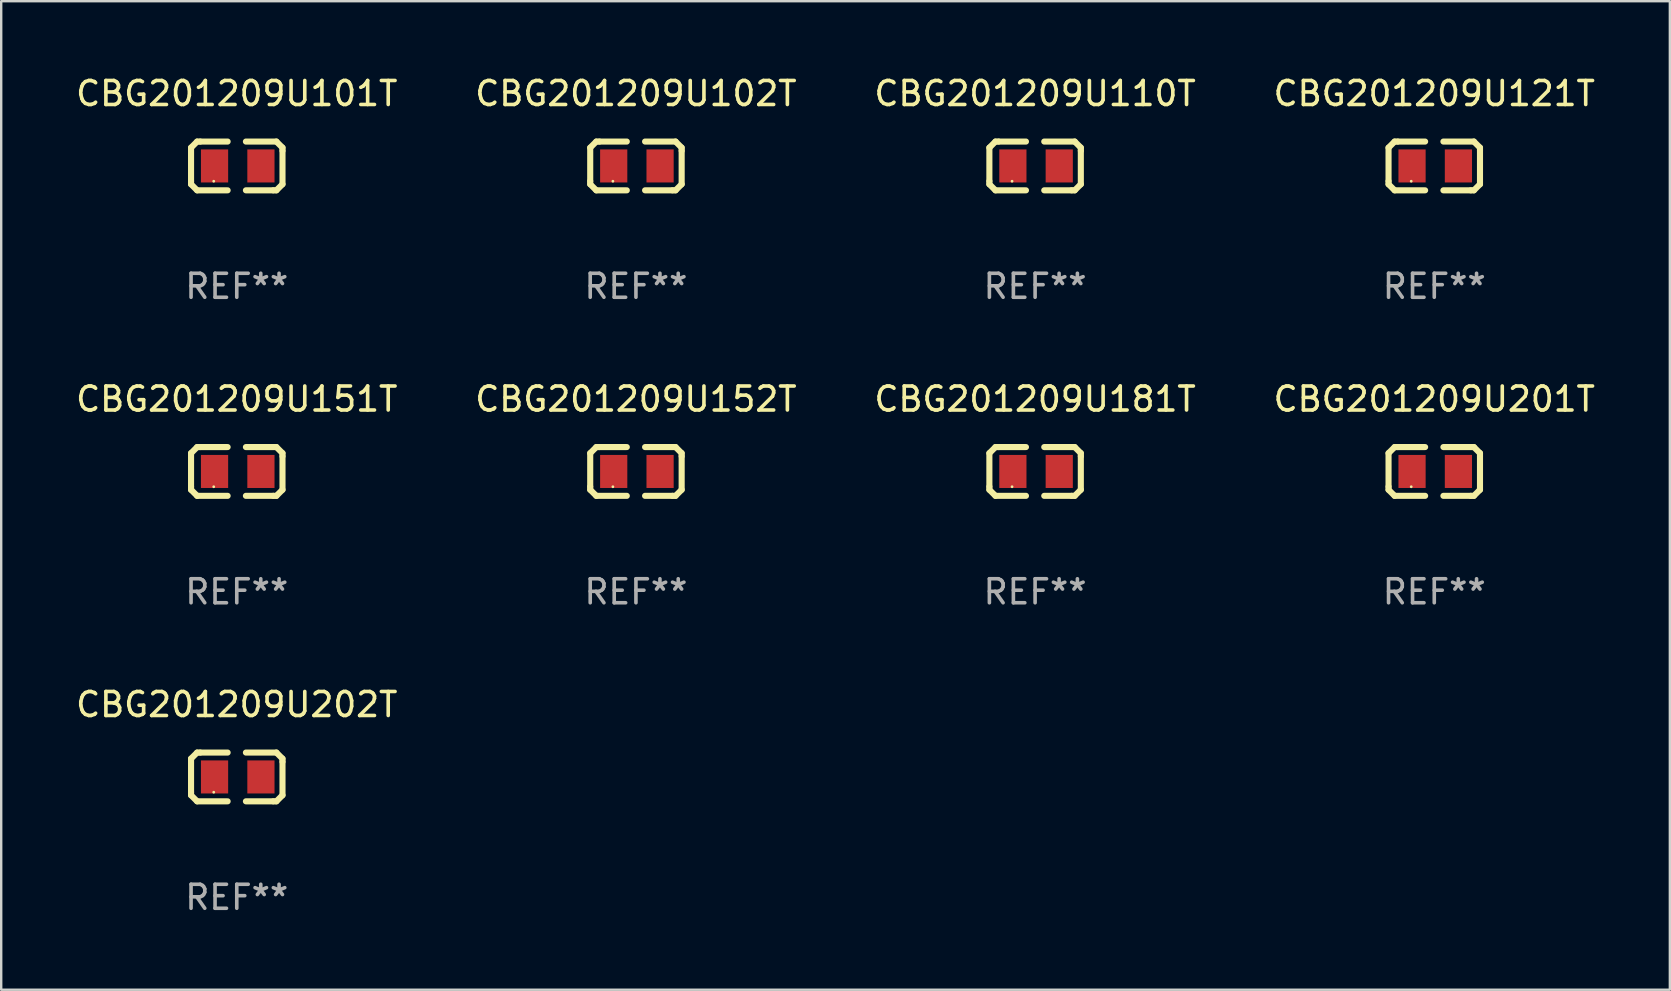
<source format=kicad_pcb>
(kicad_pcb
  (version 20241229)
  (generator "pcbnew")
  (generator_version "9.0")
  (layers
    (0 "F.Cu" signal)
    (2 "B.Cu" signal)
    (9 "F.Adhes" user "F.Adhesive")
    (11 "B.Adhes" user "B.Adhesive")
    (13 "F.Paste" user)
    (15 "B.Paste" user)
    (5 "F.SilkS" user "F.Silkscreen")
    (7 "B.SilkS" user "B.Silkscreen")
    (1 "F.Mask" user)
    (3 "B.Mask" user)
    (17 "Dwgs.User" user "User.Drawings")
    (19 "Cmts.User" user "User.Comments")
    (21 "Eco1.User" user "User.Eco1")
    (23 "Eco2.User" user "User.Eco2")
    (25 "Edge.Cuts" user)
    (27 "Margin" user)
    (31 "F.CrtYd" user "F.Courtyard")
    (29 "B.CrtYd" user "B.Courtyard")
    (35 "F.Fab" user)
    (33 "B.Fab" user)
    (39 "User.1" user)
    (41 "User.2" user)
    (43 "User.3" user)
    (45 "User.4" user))
  (footprint "CBG201209U121T"
    (layer "F.Cu")
    (at 56.708 3.864)
    (property "Reference" "CBG201209U121T" (at 0 -3.016 0) (layer "F.SilkS") (effects (font (size 1 1) (thickness 0.15))))
    (attr through_hole)
    (fp_line (start -1.905 -0.762) (end -1.905 0.635) (stroke (width 0.254) (type solid)) (layer "F.SilkS"))
    (fp_line (start -1.905 0.635) (end -1.905 0.762) (stroke (width 0.254) (type solid)) (layer "F.SilkS"))
    (fp_line (start -1.905 0.762) (end -1.651 1.016) (stroke (width 0.254) (type solid)) (layer "F.SilkS"))
    (fp_line (start -1.651 -1.016) (end -1.905 -0.762) (stroke (width 0.254) (type solid)) (layer "F.SilkS"))
    (fp_line (start -1.651 1.016) (end -0.381 1.016) (stroke (width 0.254) (type solid)) (layer "F.SilkS"))
    (fp_line (start -1.524 -1.016) (end -1.651 -1.016) (stroke (width 0.254) (type solid)) (layer "F.SilkS"))
    (fp_line (start -0.381 -1.016) (end -1.524 -1.016) (stroke (width 0.254) (type solid)) (layer "F.SilkS"))
    (fp_line (start 0.381 1.016) (end 1.524 1.016) (stroke (width 0.254) (type solid)) (layer "F.SilkS"))
    (fp_line (start 1.524 1.016) (end 1.651 1.016) (stroke (width 0.254) (type solid)) (layer "F.SilkS"))
    (fp_line (start 1.651 -1.016) (end 0.381 -1.016) (stroke (width 0.254) (type solid)) (layer "F.SilkS"))
    (fp_line (start 1.651 1.016) (end 1.905 0.762) (stroke (width 0.254) (type solid)) (layer "F.SilkS"))
    (fp_line (start 1.905 -0.762) (end 1.651 -1.016) (stroke (width 0.254) (type solid)) (layer "F.SilkS"))
    (fp_line (start 1.905 -0.635) (end 1.905 -0.762) (stroke (width 0.254) (type solid)) (layer "F.SilkS"))
    (fp_line (start 1.905 0.762) (end 1.905 -0.635) (stroke (width 0.254) (type solid)) (layer "F.SilkS"))
    (fp_circle (center -0.96 0.637) (end -0.93 0.637) (stroke (width 0.06) (type solid)) (fill no) (layer "F.SilkS"))
    (fp_text user "REF**" (at 0 5.016 0) (layer "F.Fab") (effects (font (size 1 1) (thickness 0.15))))
    (pad "1" smd rect (at -0.926 -0.000051) (size 1.133 1.377) (layers "F.Cu" "F.Mask" "F.Paste"))
    (pad "2" smd rect (at 1.006 -0.000051) (size 1.133 1.377) (layers "F.Cu" "F.Mask" "F.Paste")))
  (footprint "CBG201209U181T"
    (layer "F.Cu")
    (at 40.077 16.593)
    (property "Reference" "CBG201209U181T" (at 0 -3.016 0) (layer "F.SilkS") (effects (font (size 1 1) (thickness 0.15))))
    (attr through_hole)
    (fp_line (start -1.905 -0.762) (end -1.905 0.635) (stroke (width 0.254) (type solid)) (layer "F.SilkS"))
    (fp_line (start -1.905 0.635) (end -1.905 0.762) (stroke (width 0.254) (type solid)) (layer "F.SilkS"))
    (fp_line (start -1.905 0.762) (end -1.651 1.016) (stroke (width 0.254) (type solid)) (layer "F.SilkS"))
    (fp_line (start -1.651 -1.016) (end -1.905 -0.762) (stroke (width 0.254) (type solid)) (layer "F.SilkS"))
    (fp_line (start -1.651 1.016) (end -0.381 1.016) (stroke (width 0.254) (type solid)) (layer "F.SilkS"))
    (fp_line (start -1.524 -1.016) (end -1.651 -1.016) (stroke (width 0.254) (type solid)) (layer "F.SilkS"))
    (fp_line (start -0.381 -1.016) (end -1.524 -1.016) (stroke (width 0.254) (type solid)) (layer "F.SilkS"))
    (fp_line (start 0.381 1.016) (end 1.524 1.016) (stroke (width 0.254) (type solid)) (layer "F.SilkS"))
    (fp_line (start 1.524 1.016) (end 1.651 1.016) (stroke (width 0.254) (type solid)) (layer "F.SilkS"))
    (fp_line (start 1.651 -1.016) (end 0.381 -1.016) (stroke (width 0.254) (type solid)) (layer "F.SilkS"))
    (fp_line (start 1.651 1.016) (end 1.905 0.762) (stroke (width 0.254) (type solid)) (layer "F.SilkS"))
    (fp_line (start 1.905 -0.762) (end 1.651 -1.016) (stroke (width 0.254) (type solid)) (layer "F.SilkS"))
    (fp_line (start 1.905 -0.635) (end 1.905 -0.762) (stroke (width 0.254) (type solid)) (layer "F.SilkS"))
    (fp_line (start 1.905 0.762) (end 1.905 -0.635) (stroke (width 0.254) (type solid)) (layer "F.SilkS"))
    (fp_circle (center -0.96 0.637) (end -0.93 0.637) (stroke (width 0.06) (type solid)) (fill no) (layer "F.SilkS"))
    (fp_text user "REF**" (at 0 5.016 0) (layer "F.Fab") (effects (font (size 1 1) (thickness 0.15))))
    (pad "1" smd rect (at -0.926 -0.000051) (size 1.133 1.377) (layers "F.Cu" "F.Mask" "F.Paste"))
    (pad "2" smd rect (at 1.006 -0.000051) (size 1.133 1.377) (layers "F.Cu" "F.Mask" "F.Paste")))
  (footprint "CBG201209U110T"
    (layer "F.Cu")
    (at 40.077 3.864)
    (property "Reference" "CBG201209U110T" (at 0 -3.016 0) (layer "F.SilkS") (effects (font (size 1 1) (thickness 0.15))))
    (attr through_hole)
    (fp_line (start -1.905 -0.762) (end -1.905 0.635) (stroke (width 0.254) (type solid)) (layer "F.SilkS"))
    (fp_line (start -1.905 0.635) (end -1.905 0.762) (stroke (width 0.254) (type solid)) (layer "F.SilkS"))
    (fp_line (start -1.905 0.762) (end -1.651 1.016) (stroke (width 0.254) (type solid)) (layer "F.SilkS"))
    (fp_line (start -1.651 -1.016) (end -1.905 -0.762) (stroke (width 0.254) (type solid)) (layer "F.SilkS"))
    (fp_line (start -1.651 1.016) (end -0.381 1.016) (stroke (width 0.254) (type solid)) (layer "F.SilkS"))
    (fp_line (start -1.524 -1.016) (end -1.651 -1.016) (stroke (width 0.254) (type solid)) (layer "F.SilkS"))
    (fp_line (start -0.381 -1.016) (end -1.524 -1.016) (stroke (width 0.254) (type solid)) (layer "F.SilkS"))
    (fp_line (start 0.381 1.016) (end 1.524 1.016) (stroke (width 0.254) (type solid)) (layer "F.SilkS"))
    (fp_line (start 1.524 1.016) (end 1.651 1.016) (stroke (width 0.254) (type solid)) (layer "F.SilkS"))
    (fp_line (start 1.651 -1.016) (end 0.381 -1.016) (stroke (width 0.254) (type solid)) (layer "F.SilkS"))
    (fp_line (start 1.651 1.016) (end 1.905 0.762) (stroke (width 0.254) (type solid)) (layer "F.SilkS"))
    (fp_line (start 1.905 -0.762) (end 1.651 -1.016) (stroke (width 0.254) (type solid)) (layer "F.SilkS"))
    (fp_line (start 1.905 -0.635) (end 1.905 -0.762) (stroke (width 0.254) (type solid)) (layer "F.SilkS"))
    (fp_line (start 1.905 0.762) (end 1.905 -0.635) (stroke (width 0.254) (type solid)) (layer "F.SilkS"))
    (fp_circle (center -0.96 0.637) (end -0.93 0.637) (stroke (width 0.06) (type solid)) (fill no) (layer "F.SilkS"))
    (fp_text user "REF**" (at 0 5.016 0) (layer "F.Fab") (effects (font (size 1 1) (thickness 0.15))))
    (pad "1" smd rect (at -0.926 -0.000051) (size 1.133 1.377) (layers "F.Cu" "F.Mask" "F.Paste"))
    (pad "2" smd rect (at 1.006 -0.000051) (size 1.133 1.377) (layers "F.Cu" "F.Mask" "F.Paste")))
  (footprint "CBG201209U151T"
    (layer "F.Cu")
    (at 6.815 16.593)
    (property "Reference" "CBG201209U151T" (at 0 -3.016 0) (layer "F.SilkS") (effects (font (size 1 1) (thickness 0.15))))
    (attr through_hole)
    (fp_line (start -1.905 -0.762) (end -1.905 0.635) (stroke (width 0.254) (type solid)) (layer "F.SilkS"))
    (fp_line (start -1.905 0.635) (end -1.905 0.762) (stroke (width 0.254) (type solid)) (layer "F.SilkS"))
    (fp_line (start -1.905 0.762) (end -1.651 1.016) (stroke (width 0.254) (type solid)) (layer "F.SilkS"))
    (fp_line (start -1.651 -1.016) (end -1.905 -0.762) (stroke (width 0.254) (type solid)) (layer "F.SilkS"))
    (fp_line (start -1.651 1.016) (end -0.381 1.016) (stroke (width 0.254) (type solid)) (layer "F.SilkS"))
    (fp_line (start -1.524 -1.016) (end -1.651 -1.016) (stroke (width 0.254) (type solid)) (layer "F.SilkS"))
    (fp_line (start -0.381 -1.016) (end -1.524 -1.016) (stroke (width 0.254) (type solid)) (layer "F.SilkS"))
    (fp_line (start 0.381 1.016) (end 1.524 1.016) (stroke (width 0.254) (type solid)) (layer "F.SilkS"))
    (fp_line (start 1.524 1.016) (end 1.651 1.016) (stroke (width 0.254) (type solid)) (layer "F.SilkS"))
    (fp_line (start 1.651 -1.016) (end 0.381 -1.016) (stroke (width 0.254) (type solid)) (layer "F.SilkS"))
    (fp_line (start 1.651 1.016) (end 1.905 0.762) (stroke (width 0.254) (type solid)) (layer "F.SilkS"))
    (fp_line (start 1.905 -0.762) (end 1.651 -1.016) (stroke (width 0.254) (type solid)) (layer "F.SilkS"))
    (fp_line (start 1.905 -0.635) (end 1.905 -0.762) (stroke (width 0.254) (type solid)) (layer "F.SilkS"))
    (fp_line (start 1.905 0.762) (end 1.905 -0.635) (stroke (width 0.254) (type solid)) (layer "F.SilkS"))
    (fp_circle (center -0.96 0.637) (end -0.93 0.637) (stroke (width 0.06) (type solid)) (fill no) (layer "F.SilkS"))
    (fp_text user "REF**" (at 0 5.016 0) (layer "F.Fab") (effects (font (size 1 1) (thickness 0.15))))
    (pad "1" smd rect (at -0.926 -0.000051) (size 1.133 1.377) (layers "F.Cu" "F.Mask" "F.Paste"))
    (pad "2" smd rect (at 1.006 -0.000051) (size 1.133 1.377) (layers "F.Cu" "F.Mask" "F.Paste")))
  (footprint "CBG201209U152T"
    (layer "F.Cu")
    (at 23.446 16.593)
    (property "Reference" "CBG201209U152T" (at 0 -3.016 0) (layer "F.SilkS") (effects (font (size 1 1) (thickness 0.15))))
    (attr through_hole)
    (fp_line (start -1.905 -0.762) (end -1.905 0.635) (stroke (width 0.254) (type solid)) (layer "F.SilkS"))
    (fp_line (start -1.905 0.635) (end -1.905 0.762) (stroke (width 0.254) (type solid)) (layer "F.SilkS"))
    (fp_line (start -1.905 0.762) (end -1.651 1.016) (stroke (width 0.254) (type solid)) (layer "F.SilkS"))
    (fp_line (start -1.651 -1.016) (end -1.905 -0.762) (stroke (width 0.254) (type solid)) (layer "F.SilkS"))
    (fp_line (start -1.651 1.016) (end -0.381 1.016) (stroke (width 0.254) (type solid)) (layer "F.SilkS"))
    (fp_line (start -1.524 -1.016) (end -1.651 -1.016) (stroke (width 0.254) (type solid)) (layer "F.SilkS"))
    (fp_line (start -0.381 -1.016) (end -1.524 -1.016) (stroke (width 0.254) (type solid)) (layer "F.SilkS"))
    (fp_line (start 0.381 1.016) (end 1.524 1.016) (stroke (width 0.254) (type solid)) (layer "F.SilkS"))
    (fp_line (start 1.524 1.016) (end 1.651 1.016) (stroke (width 0.254) (type solid)) (layer "F.SilkS"))
    (fp_line (start 1.651 -1.016) (end 0.381 -1.016) (stroke (width 0.254) (type solid)) (layer "F.SilkS"))
    (fp_line (start 1.651 1.016) (end 1.905 0.762) (stroke (width 0.254) (type solid)) (layer "F.SilkS"))
    (fp_line (start 1.905 -0.762) (end 1.651 -1.016) (stroke (width 0.254) (type solid)) (layer "F.SilkS"))
    (fp_line (start 1.905 -0.635) (end 1.905 -0.762) (stroke (width 0.254) (type solid)) (layer "F.SilkS"))
    (fp_line (start 1.905 0.762) (end 1.905 -0.635) (stroke (width 0.254) (type solid)) (layer "F.SilkS"))
    (fp_circle (center -0.96 0.637) (end -0.93 0.637) (stroke (width 0.06) (type solid)) (fill no) (layer "F.SilkS"))
    (fp_text user "REF**" (at 0 5.016 0) (layer "F.Fab") (effects (font (size 1 1) (thickness 0.15))))
    (pad "1" smd rect (at -0.926 -0.000051) (size 1.133 1.377) (layers "F.Cu" "F.Mask" "F.Paste"))
    (pad "2" smd rect (at 1.006 -0.000051) (size 1.133 1.377) (layers "F.Cu" "F.Mask" "F.Paste")))
  (footprint "CBG201209U201T"
    (layer "F.Cu")
    (at 56.708 16.593)
    (property "Reference" "CBG201209U201T" (at 0 -3.016 0) (layer "F.SilkS") (effects (font (size 1 1) (thickness 0.15))))
    (attr through_hole)
    (fp_line (start -1.905 -0.762) (end -1.905 0.635) (stroke (width 0.254) (type solid)) (layer "F.SilkS"))
    (fp_line (start -1.905 0.635) (end -1.905 0.762) (stroke (width 0.254) (type solid)) (layer "F.SilkS"))
    (fp_line (start -1.905 0.762) (end -1.651 1.016) (stroke (width 0.254) (type solid)) (layer "F.SilkS"))
    (fp_line (start -1.651 -1.016) (end -1.905 -0.762) (stroke (width 0.254) (type solid)) (layer "F.SilkS"))
    (fp_line (start -1.651 1.016) (end -0.381 1.016) (stroke (width 0.254) (type solid)) (layer "F.SilkS"))
    (fp_line (start -1.524 -1.016) (end -1.651 -1.016) (stroke (width 0.254) (type solid)) (layer "F.SilkS"))
    (fp_line (start -0.381 -1.016) (end -1.524 -1.016) (stroke (width 0.254) (type solid)) (layer "F.SilkS"))
    (fp_line (start 0.381 1.016) (end 1.524 1.016) (stroke (width 0.254) (type solid)) (layer "F.SilkS"))
    (fp_line (start 1.524 1.016) (end 1.651 1.016) (stroke (width 0.254) (type solid)) (layer "F.SilkS"))
    (fp_line (start 1.651 -1.016) (end 0.381 -1.016) (stroke (width 0.254) (type solid)) (layer "F.SilkS"))
    (fp_line (start 1.651 1.016) (end 1.905 0.762) (stroke (width 0.254) (type solid)) (layer "F.SilkS"))
    (fp_line (start 1.905 -0.762) (end 1.651 -1.016) (stroke (width 0.254) (type solid)) (layer "F.SilkS"))
    (fp_line (start 1.905 -0.635) (end 1.905 -0.762) (stroke (width 0.254) (type solid)) (layer "F.SilkS"))
    (fp_line (start 1.905 0.762) (end 1.905 -0.635) (stroke (width 0.254) (type solid)) (layer "F.SilkS"))
    (fp_circle (center -0.96 0.637) (end -0.93 0.637) (stroke (width 0.06) (type solid)) (fill no) (layer "F.SilkS"))
    (fp_text user "REF**" (at 0 5.016 0) (layer "F.Fab") (effects (font (size 1 1) (thickness 0.15))))
    (pad "1" smd rect (at -0.926 -0.000051) (size 1.133 1.377) (layers "F.Cu" "F.Mask" "F.Paste"))
    (pad "2" smd rect (at 1.006 -0.000051) (size 1.133 1.377) (layers "F.Cu" "F.Mask" "F.Paste")))
  (footprint "CBG201209U202T"
    (layer "F.Cu")
    (at 6.815 29.321)
    (property "Reference" "CBG201209U202T" (at 0 -3.016 0) (layer "F.SilkS") (effects (font (size 1 1) (thickness 0.15))))
    (attr through_hole)
    (fp_line (start -1.905 -0.762) (end -1.905 0.635) (stroke (width 0.254) (type solid)) (layer "F.SilkS"))
    (fp_line (start -1.905 0.635) (end -1.905 0.762) (stroke (width 0.254) (type solid)) (layer "F.SilkS"))
    (fp_line (start -1.905 0.762) (end -1.651 1.016) (stroke (width 0.254) (type solid)) (layer "F.SilkS"))
    (fp_line (start -1.651 -1.016) (end -1.905 -0.762) (stroke (width 0.254) (type solid)) (layer "F.SilkS"))
    (fp_line (start -1.651 1.016) (end -0.381 1.016) (stroke (width 0.254) (type solid)) (layer "F.SilkS"))
    (fp_line (start -1.524 -1.016) (end -1.651 -1.016) (stroke (width 0.254) (type solid)) (layer "F.SilkS"))
    (fp_line (start -0.381 -1.016) (end -1.524 -1.016) (stroke (width 0.254) (type solid)) (layer "F.SilkS"))
    (fp_line (start 0.381 1.016) (end 1.524 1.016) (stroke (width 0.254) (type solid)) (layer "F.SilkS"))
    (fp_line (start 1.524 1.016) (end 1.651 1.016) (stroke (width 0.254) (type solid)) (layer "F.SilkS"))
    (fp_line (start 1.651 -1.016) (end 0.381 -1.016) (stroke (width 0.254) (type solid)) (layer "F.SilkS"))
    (fp_line (start 1.651 1.016) (end 1.905 0.762) (stroke (width 0.254) (type solid)) (layer "F.SilkS"))
    (fp_line (start 1.905 -0.762) (end 1.651 -1.016) (stroke (width 0.254) (type solid)) (layer "F.SilkS"))
    (fp_line (start 1.905 -0.635) (end 1.905 -0.762) (stroke (width 0.254) (type solid)) (layer "F.SilkS"))
    (fp_line (start 1.905 0.762) (end 1.905 -0.635) (stroke (width 0.254) (type solid)) (layer "F.SilkS"))
    (fp_circle (center -0.96 0.637) (end -0.93 0.637) (stroke (width 0.06) (type solid)) (fill no) (layer "F.SilkS"))
    (fp_text user "REF**" (at 0 5.016 0) (layer "F.Fab") (effects (font (size 1 1) (thickness 0.15))))
    (pad "1" smd rect (at -0.926 -0.000051) (size 1.133 1.377) (layers "F.Cu" "F.Mask" "F.Paste"))
    (pad "2" smd rect (at 1.006 -0.000051) (size 1.133 1.377) (layers "F.Cu" "F.Mask" "F.Paste")))
  (footprint "CBG201209U102T"
    (layer "F.Cu")
    (at 23.446 3.864)
    (property "Reference" "CBG201209U102T" (at 0 -3.016 0) (layer "F.SilkS") (effects (font (size 1 1) (thickness 0.15))))
    (attr through_hole)
    (fp_line (start -1.905 -0.762) (end -1.905 0.635) (stroke (width 0.254) (type solid)) (layer "F.SilkS"))
    (fp_line (start -1.905 0.635) (end -1.905 0.762) (stroke (width 0.254) (type solid)) (layer "F.SilkS"))
    (fp_line (start -1.905 0.762) (end -1.651 1.016) (stroke (width 0.254) (type solid)) (layer "F.SilkS"))
    (fp_line (start -1.651 -1.016) (end -1.905 -0.762) (stroke (width 0.254) (type solid)) (layer "F.SilkS"))
    (fp_line (start -1.651 1.016) (end -0.381 1.016) (stroke (width 0.254) (type solid)) (layer "F.SilkS"))
    (fp_line (start -1.524 -1.016) (end -1.651 -1.016) (stroke (width 0.254) (type solid)) (layer "F.SilkS"))
    (fp_line (start -0.381 -1.016) (end -1.524 -1.016) (stroke (width 0.254) (type solid)) (layer "F.SilkS"))
    (fp_line (start 0.381 1.016) (end 1.524 1.016) (stroke (width 0.254) (type solid)) (layer "F.SilkS"))
    (fp_line (start 1.524 1.016) (end 1.651 1.016) (stroke (width 0.254) (type solid)) (layer "F.SilkS"))
    (fp_line (start 1.651 -1.016) (end 0.381 -1.016) (stroke (width 0.254) (type solid)) (layer "F.SilkS"))
    (fp_line (start 1.651 1.016) (end 1.905 0.762) (stroke (width 0.254) (type solid)) (layer "F.SilkS"))
    (fp_line (start 1.905 -0.762) (end 1.651 -1.016) (stroke (width 0.254) (type solid)) (layer "F.SilkS"))
    (fp_line (start 1.905 -0.635) (end 1.905 -0.762) (stroke (width 0.254) (type solid)) (layer "F.SilkS"))
    (fp_line (start 1.905 0.762) (end 1.905 -0.635) (stroke (width 0.254) (type solid)) (layer "F.SilkS"))
    (fp_circle (center -0.96 0.637) (end -0.93 0.637) (stroke (width 0.06) (type solid)) (fill no) (layer "F.SilkS"))
    (fp_text user "REF**" (at 0 5.016 0) (layer "F.Fab") (effects (font (size 1 1) (thickness 0.15))))
    (pad "1" smd rect (at -0.926 -0.000051) (size 1.133 1.377) (layers "F.Cu" "F.Mask" "F.Paste"))
    (pad "2" smd rect (at 1.006 -0.000051) (size 1.133 1.377) (layers "F.Cu" "F.Mask" "F.Paste")))
  (footprint "CBG201209U101T"
    (layer "F.Cu")
    (at 6.815 3.864)
    (property "Reference" "CBG201209U101T" (at 0 -3.016 0) (layer "F.SilkS") (effects (font (size 1 1) (thickness 0.15))))
    (attr through_hole)
    (fp_line (start -1.905 -0.762) (end -1.905 0.635) (stroke (width 0.254) (type solid)) (layer "F.SilkS"))
    (fp_line (start -1.905 0.635) (end -1.905 0.762) (stroke (width 0.254) (type solid)) (layer "F.SilkS"))
    (fp_line (start -1.905 0.762) (end -1.651 1.016) (stroke (width 0.254) (type solid)) (layer "F.SilkS"))
    (fp_line (start -1.651 -1.016) (end -1.905 -0.762) (stroke (width 0.254) (type solid)) (layer "F.SilkS"))
    (fp_line (start -1.651 1.016) (end -0.381 1.016) (stroke (width 0.254) (type solid)) (layer "F.SilkS"))
    (fp_line (start -1.524 -1.016) (end -1.651 -1.016) (stroke (width 0.254) (type solid)) (layer "F.SilkS"))
    (fp_line (start -0.381 -1.016) (end -1.524 -1.016) (stroke (width 0.254) (type solid)) (layer "F.SilkS"))
    (fp_line (start 0.381 1.016) (end 1.524 1.016) (stroke (width 0.254) (type solid)) (layer "F.SilkS"))
    (fp_line (start 1.524 1.016) (end 1.651 1.016) (stroke (width 0.254) (type solid)) (layer "F.SilkS"))
    (fp_line (start 1.651 -1.016) (end 0.381 -1.016) (stroke (width 0.254) (type solid)) (layer "F.SilkS"))
    (fp_line (start 1.651 1.016) (end 1.905 0.762) (stroke (width 0.254) (type solid)) (layer "F.SilkS"))
    (fp_line (start 1.905 -0.762) (end 1.651 -1.016) (stroke (width 0.254) (type solid)) (layer "F.SilkS"))
    (fp_line (start 1.905 -0.635) (end 1.905 -0.762) (stroke (width 0.254) (type solid)) (layer "F.SilkS"))
    (fp_line (start 1.905 0.762) (end 1.905 -0.635) (stroke (width 0.254) (type solid)) (layer "F.SilkS"))
    (fp_circle (center -0.96 0.637) (end -0.93 0.637) (stroke (width 0.06) (type solid)) (fill no) (layer "F.SilkS"))
    (fp_text user "REF**" (at 0 5.016 0) (layer "F.Fab") (effects (font (size 1 1) (thickness 0.15))))
    (pad "1" smd rect (at -0.926 -0.000051) (size 1.133 1.377) (layers "F.Cu" "F.Mask" "F.Paste"))
    (pad "2" smd rect (at 1.006 -0.000051) (size 1.133 1.377) (layers "F.Cu" "F.Mask" "F.Paste")))
  (gr_rect
    (start -3 -3)
    (end 66.524 38.186)
    (stroke (width 0.1) (type default))
    (fill no)
    (layer "Edge.Cuts")))
</source>
